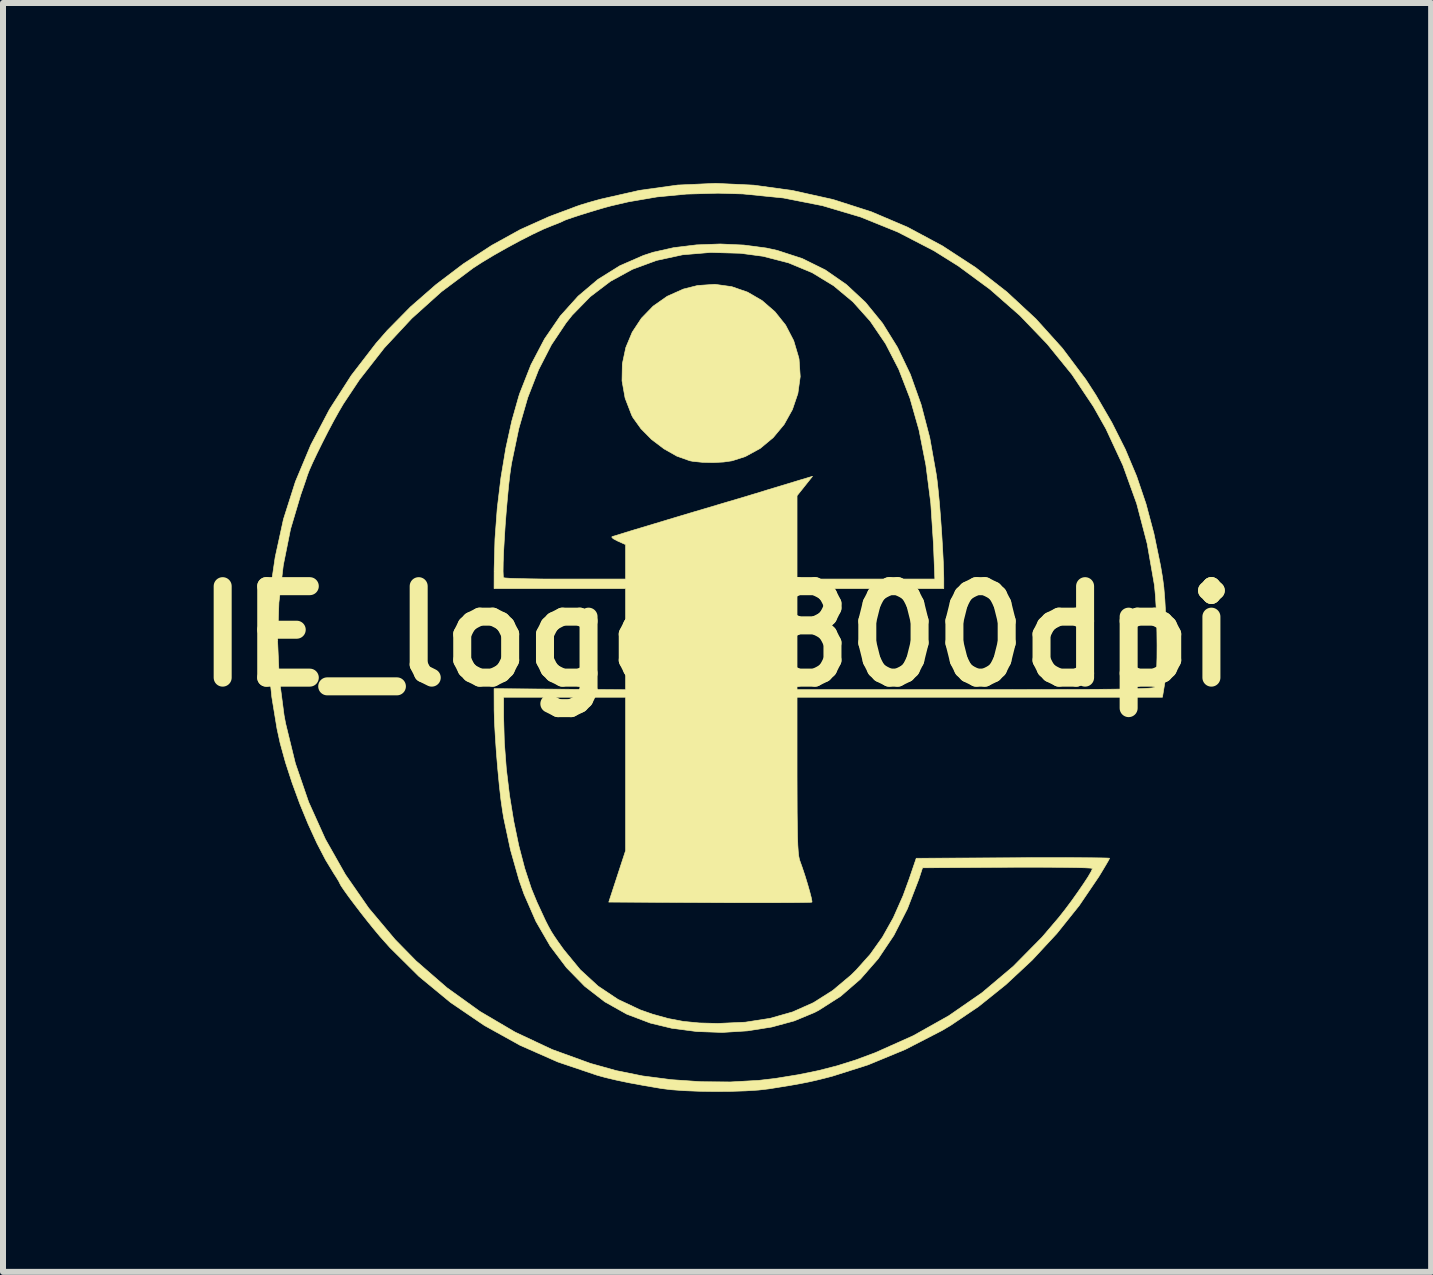
<source format=kicad_pcb>
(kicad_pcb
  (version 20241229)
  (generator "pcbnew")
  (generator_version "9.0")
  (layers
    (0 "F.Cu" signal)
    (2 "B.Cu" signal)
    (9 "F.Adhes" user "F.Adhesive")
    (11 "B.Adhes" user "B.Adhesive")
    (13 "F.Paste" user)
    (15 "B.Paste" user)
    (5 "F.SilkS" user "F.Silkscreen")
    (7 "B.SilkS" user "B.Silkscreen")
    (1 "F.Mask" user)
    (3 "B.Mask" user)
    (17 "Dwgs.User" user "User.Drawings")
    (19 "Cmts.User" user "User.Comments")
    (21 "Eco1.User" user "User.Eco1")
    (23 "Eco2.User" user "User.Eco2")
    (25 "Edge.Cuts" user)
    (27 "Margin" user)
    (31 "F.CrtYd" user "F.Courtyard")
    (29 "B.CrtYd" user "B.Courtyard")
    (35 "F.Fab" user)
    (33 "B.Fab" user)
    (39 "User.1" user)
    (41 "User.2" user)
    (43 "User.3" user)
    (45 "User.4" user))
  (footprint "IE_logo_800dpi"
    (layer "F.Cu")
    (at 8.897 7.551)
    (property "Reference" "IE_logo_800dpi" (at 0 0 0) (layer "F.SilkS") (effects (font (size 1.524 1.524) (thickness 0.3))))
    (attr through_hole)
    (fp_poly (pts (xy 0.245 -5.825) (xy 0.51 -5.733) (xy 0.752 -5.592) (xy 0.965 -5.407) (xy 1.143 -5.184) (xy 1.277 -4.926) (xy 1.362 -4.64) (xy 1.367 -4.613) (xy 1.386 -4.326) (xy 1.347 -4.045) (xy 1.256 -3.777) (xy 1.118 -3.529) (xy 0.937 -3.311) (xy 0.72 -3.13) (xy 0.471 -2.994) (xy 0.25 -2.923) (xy 0.11 -2.903) (xy -0.064 -2.894) (xy -0.243 -2.898) (xy -0.401 -2.914) (xy -0.454 -2.924) (xy -0.668 -3) (xy -0.885 -3.123) (xy -1.091 -3.279) (xy -1.268 -3.458) (xy -1.402 -3.645) (xy -1.422 -3.683) (xy -1.532 -3.968) (xy -1.583 -4.255) (xy -1.578 -4.538) (xy -1.52 -4.811) (xy -1.413 -5.067) (xy -1.26 -5.299) (xy -1.065 -5.5) (xy -0.83 -5.665) (xy -0.56 -5.785) (xy -0.325 -5.844) (xy -0.036 -5.864) (xy 0.245 -5.825)) (stroke (width 0.01) (type solid)) (fill yes) (layer "F.SilkS"))
    (fp_poly (pts (xy 0.613 -7.516) (xy 1.258 -7.427) (xy 1.919 -7.28) (xy 1.955 -7.27) (xy 2.572 -7.072) (xy 3.174 -6.816) (xy 3.754 -6.505) (xy 4.308 -6.144) (xy 4.829 -5.737) (xy 5.313 -5.288) (xy 5.753 -4.8) (xy 6.144 -4.279) (xy 6.314 -4.016) (xy 6.579 -3.559) (xy 6.803 -3.114) (xy 6.991 -2.667) (xy 7.148 -2.203) (xy 7.279 -1.711) (xy 7.39 -1.174) (xy 7.422 -0.984) (xy 7.444 -0.819) (xy 7.461 -0.611) (xy 7.474 -0.376) (xy 7.483 -0.128) (xy 7.487 0.121) (xy 7.486 0.355) (xy 7.479 0.561) (xy 7.467 0.725) (xy 7.459 0.786) (xy 7.421 1.016) (xy 1.333 1.016) (xy 1.333 2.317) (xy 1.334 2.654) (xy 1.335 2.933) (xy 1.338 3.16) (xy 1.341 3.341) (xy 1.346 3.481) (xy 1.353 3.586) (xy 1.361 3.662) (xy 1.372 3.715) (xy 1.379 3.738) (xy 1.421 3.856) (xy 1.466 3.991) (xy 1.508 4.128) (xy 1.544 4.254) (xy 1.57 4.355) (xy 1.582 4.417) (xy 1.581 4.43) (xy 1.548 4.433) (xy 1.456 4.435) (xy 1.313 4.437) (xy 1.124 4.438) (xy 0.895 4.439) (xy 0.633 4.439) (xy 0.342 4.439) (xy 0.029 4.438) (xy -0.119 4.437) (xy -1.804 4.429) (xy -1.524 3.572) (xy -1.524 2.294) (xy -1.524 1.016) (xy -3.556 1.016) (xy -3.556 1.341) (xy -3.544 1.768) (xy -3.511 2.207) (xy -3.458 2.648) (xy -3.388 3.079) (xy -3.303 3.489) (xy -3.204 3.868) (xy -3.094 4.203) (xy -3.001 4.429) (xy -2.92 4.604) (xy -2.859 4.736) (xy -2.808 4.836) (xy -2.762 4.919) (xy -2.711 4.999) (xy -2.65 5.088) (xy -2.569 5.201) (xy -2.549 5.228) (xy -2.279 5.556) (xy -1.982 5.829) (xy -1.651 6.05) (xy -1.282 6.224) (xy -1.077 6.296) (xy -0.815 6.369) (xy -0.562 6.417) (xy -0.296 6.443) (xy 0.007 6.451) (xy 0.016 6.451) (xy 0.472 6.43) (xy 0.884 6.366) (xy 1.26 6.259) (xy 1.606 6.105) (xy 1.928 5.901) (xy 2.233 5.645) (xy 2.319 5.56) (xy 2.553 5.298) (xy 2.757 5.011) (xy 2.937 4.69) (xy 3.099 4.324) (xy 3.2 4.047) (xy 3.319 3.699) (xy 4.93 3.691) (xy 5.243 3.689) (xy 5.536 3.689) (xy 5.803 3.689) (xy 6.038 3.69) (xy 6.235 3.691) (xy 6.388 3.693) (xy 6.491 3.695) (xy 6.538 3.698) (xy 6.54 3.699) (xy 6.525 3.731) (xy 6.482 3.805) (xy 6.42 3.909) (xy 6.361 4.006) (xy 6.034 4.488) (xy 5.661 4.954) (xy 5.251 5.396) (xy 4.813 5.804) (xy 4.357 6.17) (xy 3.892 6.484) (xy 3.747 6.57) (xy 3.136 6.885) (xy 2.514 7.142) (xy 1.921 7.33) (xy 1.779 7.367) (xy 1.652 7.398) (xy 1.528 7.426) (xy 1.391 7.453) (xy 1.229 7.482) (xy 1.026 7.515) (xy 0.865 7.541) (xy 0.694 7.561) (xy 0.475 7.575) (xy 0.225 7.583) (xy -0.04 7.585) (xy -0.305 7.581) (xy -0.553 7.571) (xy -0.768 7.555) (xy -0.921 7.536) (xy -1.221 7.485) (xy -1.47 7.439) (xy -1.68 7.395) (xy -1.865 7.351) (xy -1.999 7.314) (xy -2.653 7.093) (xy -3.281 6.816) (xy -3.877 6.485) (xy -4.44 6.102) (xy -4.966 5.668) (xy -5.452 5.186) (xy -5.617 5.001) (xy -5.712 4.887) (xy -5.819 4.755) (xy -5.929 4.615) (xy -6.036 4.475) (xy -6.133 4.346) (xy -6.211 4.237) (xy -6.265 4.158) (xy -6.286 4.118) (xy -6.287 4.117) (xy -6.303 4.083) (xy -6.345 4.014) (xy -6.382 3.957) (xy -6.523 3.725) (xy -6.669 3.444) (xy -6.814 3.127) (xy -6.953 2.789) (xy -7.08 2.442) (xy -7.191 2.101) (xy -7.28 1.778) (xy -7.332 1.539) (xy -7.418 1.014) (xy -7.469 0.524) (xy -7.486 0.071) (xy -7.322 0.071) (xy -7.294 0.7) (xy -7.214 1.316) (xy -7.189 1.45) (xy -7.026 2.117) (xy -6.805 2.761) (xy -6.526 3.38) (xy -6.192 3.97) (xy -5.804 4.529) (xy -5.364 5.053) (xy -5.015 5.409) (xy -4.5 5.856) (xy -3.949 6.252) (xy -3.364 6.596) (xy -2.749 6.885) (xy -2.109 7.117) (xy -1.68 7.237) (xy -1.239 7.326) (xy -0.761 7.388) (xy -0.267 7.422) (xy 0.224 7.426) (xy 0.692 7.4) (xy 0.968 7.368) (xy 1.35 7.306) (xy 1.688 7.237) (xy 2 7.157) (xy 2.306 7.061) (xy 2.624 6.943) (xy 2.642 6.936) (xy 3.27 6.655) (xy 3.861 6.323) (xy 4.415 5.939) (xy 4.933 5.502) (xy 5.415 5.014) (xy 5.697 4.683) (xy 5.8 4.552) (xy 5.907 4.409) (xy 6.01 4.264) (xy 6.104 4.127) (xy 6.181 4.01) (xy 6.233 3.921) (xy 6.255 3.871) (xy 6.255 3.869) (xy 6.224 3.863) (xy 6.135 3.858) (xy 5.995 3.854) (xy 5.808 3.851) (xy 5.581 3.849) (xy 5.319 3.848) (xy 5.029 3.848) (xy 4.84 3.849) (xy 3.424 3.858) (xy 3.362 4.048) (xy 3.172 4.541) (xy 2.947 4.983) (xy 2.685 5.374) (xy 2.389 5.713) (xy 2.059 5.999) (xy 1.694 6.232) (xy 1.623 6.269) (xy 1.286 6.409) (xy 0.91 6.511) (xy 0.506 6.575) (xy 0.087 6.601) (xy -0.336 6.586) (xy -0.751 6.532) (xy -1.112 6.445) (xy -1.505 6.296) (xy -1.87 6.091) (xy -2.205 5.832) (xy -2.509 5.521) (xy -2.781 5.16) (xy -3.017 4.752) (xy -3.216 4.297) (xy -3.298 4.064) (xy -3.442 3.557) (xy -3.555 3.027) (xy -3.575 2.905) (xy -3.602 2.717) (xy -3.628 2.483) (xy -3.653 2.22) (xy -3.676 1.946) (xy -3.694 1.678) (xy -3.708 1.434) (xy -3.714 1.231) (xy -3.714 1.191) (xy -3.715 0.873) (xy -2.619 0.882) (xy -1.524 0.891) (xy -1.524 -0.794) (xy -3.715 -0.794) (xy -3.714 -1.082) (xy -3.565 -1.082) (xy -3.561 -0.988) (xy -3.56 -0.976) (xy -3.528 -0.971) (xy -3.441 -0.965) (xy -3.305 -0.961) (xy -3.129 -0.957) (xy -2.919 -0.954) (xy -2.683 -0.953) (xy -2.54 -0.953) (xy -1.524 -0.953) (xy -1.524 -1.527) (xy -1.658 -1.587) (xy -1.731 -1.626) (xy -1.755 -1.653) (xy -1.746 -1.661) (xy -1.685 -1.679) (xy -1.598 -1.706) (xy -1.584 -1.71) (xy -1.515 -1.732) (xy -1.394 -1.769) (xy -1.233 -1.817) (xy -1.041 -1.875) (xy -0.829 -1.939) (xy -0.606 -2.006) (xy -0.382 -2.073) (xy -0.168 -2.136) (xy 0.026 -2.194) (xy 0.191 -2.243) (xy 0.315 -2.279) (xy 0.333 -2.285) (xy 0.399 -2.304) (xy 0.511 -2.338) (xy 0.653 -2.381) (xy 0.813 -2.43) (xy 0.841 -2.439) (xy 1.011 -2.49) (xy 1.176 -2.54) (xy 1.317 -2.583) (xy 1.416 -2.613) (xy 1.423 -2.615) (xy 1.591 -2.665) (xy 1.462 -2.503) (xy 1.333 -2.341) (xy 1.333 -0.953) (xy 3.629 -0.953) (xy 3.606 -1.532) (xy 3.561 -2.218) (xy 3.48 -2.852) (xy 3.365 -3.436) (xy 3.214 -3.967) (xy 3.028 -4.447) (xy 2.808 -4.874) (xy 2.553 -5.249) (xy 2.264 -5.572) (xy 1.941 -5.841) (xy 1.584 -6.058) (xy 1.192 -6.221) (xy 0.767 -6.331) (xy 0.39 -6.381) (xy -0.107 -6.395) (xy -0.573 -6.356) (xy -1.007 -6.262) (xy -1.409 -6.114) (xy -1.777 -5.913) (xy -2.112 -5.658) (xy -2.412 -5.351) (xy -2.514 -5.223) (xy -2.76 -4.855) (xy -2.973 -4.44) (xy -3.154 -3.976) (xy -3.303 -3.46) (xy -3.422 -2.89) (xy -3.43 -2.842) (xy -3.451 -2.698) (xy -3.472 -2.515) (xy -3.492 -2.305) (xy -3.512 -2.078) (xy -3.53 -1.846) (xy -3.544 -1.619) (xy -3.556 -1.408) (xy -3.563 -1.226) (xy -3.565 -1.082) (xy -3.714 -1.082) (xy -3.714 -1.119) (xy -3.7 -1.622) (xy -3.662 -2.134) (xy -3.601 -2.641) (xy -3.52 -3.13) (xy -3.42 -3.586) (xy -3.304 -3.996) (xy -3.287 -4.048) (xy -3.1 -4.524) (xy -2.875 -4.953) (xy -2.613 -5.335) (xy -2.315 -5.666) (xy -1.984 -5.946) (xy -1.62 -6.173) (xy -1.226 -6.345) (xy -1.064 -6.398) (xy -0.721 -6.475) (xy -0.342 -6.521) (xy 0.053 -6.536) (xy 0.447 -6.518) (xy 0.819 -6.469) (xy 0.999 -6.43) (xy 1.418 -6.294) (xy 1.803 -6.104) (xy 2.155 -5.86) (xy 2.473 -5.564) (xy 2.757 -5.216) (xy 3.006 -4.815) (xy 3.221 -4.364) (xy 3.4 -3.861) (xy 3.544 -3.309) (xy 3.651 -2.707) (xy 3.667 -2.594) (xy 3.685 -2.43) (xy 3.705 -2.221) (xy 3.724 -1.982) (xy 3.742 -1.731) (xy 3.757 -1.482) (xy 3.769 -1.254) (xy 3.776 -1.061) (xy 3.778 -0.96) (xy 3.778 -0.794) (xy 1.333 -0.794) (xy 1.333 0.889) (xy 4.3 0.889) (xy 4.822 0.889) (xy 5.283 0.888) (xy 5.687 0.887) (xy 6.037 0.886) (xy 6.337 0.884) (xy 6.589 0.882) (xy 6.797 0.879) (xy 6.963 0.875) (xy 7.092 0.871) (xy 7.186 0.866) (xy 7.249 0.861) (xy 7.283 0.854) (xy 7.292 0.849) (xy 7.307 0.795) (xy 7.318 0.687) (xy 7.325 0.537) (xy 7.33 0.356) (xy 7.331 0.152) (xy 7.329 -0.062) (xy 7.324 -0.276) (xy 7.316 -0.481) (xy 7.305 -0.665) (xy 7.291 -0.818) (xy 7.288 -0.849) (xy 7.167 -1.542) (xy 6.992 -2.21) (xy 6.762 -2.848) (xy 6.48 -3.455) (xy 6.271 -3.826) (xy 5.914 -4.36) (xy 5.502 -4.868) (xy 5.045 -5.344) (xy 4.548 -5.78) (xy 4.02 -6.169) (xy 3.614 -6.423) (xy 3.013 -6.734) (xy 2.394 -6.985) (xy 1.757 -7.174) (xy 1.102 -7.303) (xy 0.43 -7.37) (xy 0.016 -7.382) (xy -0.511 -7.367) (xy -1.001 -7.32) (xy -1.473 -7.239) (xy -1.762 -7.172) (xy -1.87 -7.143) (xy -2.003 -7.104) (xy -2.148 -7.06) (xy -2.289 -7.016) (xy -2.414 -6.975) (xy -2.507 -6.943) (xy -2.554 -6.924) (xy -2.556 -6.922) (xy -2.602 -6.9) (xy -2.686 -6.866) (xy -2.746 -6.843) (xy -2.89 -6.784) (xy -3.074 -6.697) (xy -3.282 -6.591) (xy -3.5 -6.473) (xy -3.716 -6.351) (xy -3.914 -6.232) (xy -4.064 -6.135) (xy -4.591 -5.741) (xy -5.086 -5.296) (xy -5.544 -4.804) (xy -5.959 -4.273) (xy -6.225 -3.873) (xy -6.299 -3.747) (xy -6.387 -3.589) (xy -6.481 -3.412) (xy -6.575 -3.227) (xy -6.663 -3.049) (xy -6.739 -2.889) (xy -6.796 -2.76) (xy -6.825 -2.683) (xy -6.85 -2.606) (xy -6.889 -2.492) (xy -6.933 -2.366) (xy -6.936 -2.358) (xy -7.106 -1.786) (xy -7.227 -1.183) (xy -7.3 -0.56) (xy -7.322 0.071) (xy -7.486 0.071) (xy -7.487 0.051) (xy -7.471 -0.424) (xy -7.421 -0.918) (xy -7.362 -1.318) (xy -7.224 -1.951) (xy -7.025 -2.576) (xy -6.769 -3.187) (xy -6.458 -3.779) (xy -6.094 -4.346) (xy -5.682 -4.881) (xy -5.496 -5.094) (xy -5.109 -5.487) (xy -4.682 -5.86) (xy -4.228 -6.204) (xy -3.756 -6.512) (xy -3.278 -6.776) (xy -2.804 -6.989) (xy -2.693 -7.031) (xy -2.564 -7.079) (xy -2.442 -7.124) (xy -2.354 -7.158) (xy -2.349 -7.16) (xy -2.27 -7.187) (xy -2.149 -7.224) (xy -2.007 -7.264) (xy -1.937 -7.283) (xy -1.29 -7.43) (xy -0.654 -7.518) (xy -0.022 -7.546) (xy 0.613 -7.516)) (stroke (width 0.01) (type solid)) (fill yes) (layer "F.SilkS")))
  (gr_rect
    (start -3 -3)
    (end 20.795 18.141)
    (stroke (width 0.1) (type default))
    (fill no)
    (layer "Edge.Cuts")))
</source>
